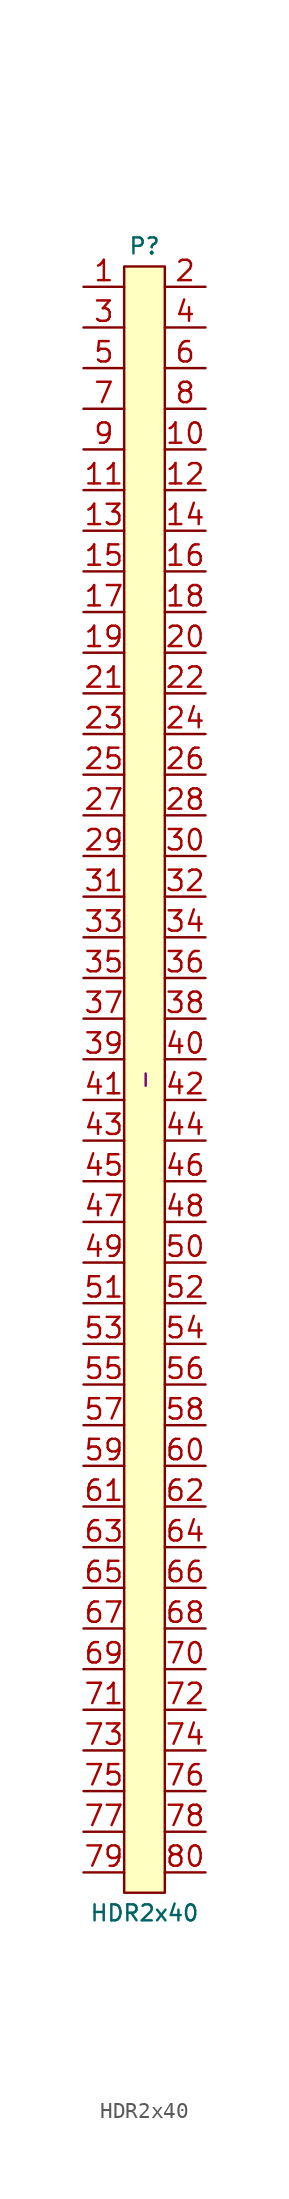
<source format=kicad_sym>
(kicad_symbol_lib
  (version 20231120)
  (generator "kicad_symbol_editor")
  (generator_version "8.0")
  (symbol "HDR2x40"
    (property "Reference" "P"
      (at 0 52.07 0)
      (effects (font (size 1 1))))
    (property "Value" "HDR2x40"
      (at 0 -52.07 0)
      (effects (font (size 1 1))))
    (property "MPN" "-"
      (at 0 0 90)
      (effects (font (size 1 1))))
    (symbol "HDR2x40_1_1"
      (rectangle (start -1.27 50.8) (end 1.27 -50.8) (stroke (width 0) (type default)) (fill (type background)))
      (pin passive line (at -3.81 49.53 0) (length 2.54) (name "~" (effects (font (size 1.27 1.27)))) (number "1" (effects (font (size 1.27 1.27)))))
      (pin passive line (at 3.81 39.37 180) (length 2.54) (name "~" (effects (font (size 1.27 1.27)))) (number "10" (effects (font (size 1.27 1.27)))))
      (pin passive line (at -3.81 36.83 0) (length 2.54) (name "~" (effects (font (size 1.27 1.27)))) (number "11" (effects (font (size 1.27 1.27)))))
      (pin passive line (at 3.81 36.83 180) (length 2.54) (name "~" (effects (font (size 1.27 1.27)))) (number "12" (effects (font (size 1.27 1.27)))))
      (pin passive line (at -3.81 34.29 0) (length 2.54) (name "~" (effects (font (size 1.27 1.27)))) (number "13" (effects (font (size 1.27 1.27)))))
      (pin passive line (at 3.81 34.29 180) (length 2.54) (name "~" (effects (font (size 1.27 1.27)))) (number "14" (effects (font (size 1.27 1.27)))))
      (pin passive line (at -3.81 31.75 0) (length 2.54) (name "~" (effects (font (size 1.27 1.27)))) (number "15" (effects (font (size 1.27 1.27)))))
      (pin passive line (at 3.81 31.75 180) (length 2.54) (name "~" (effects (font (size 1.27 1.27)))) (number "16" (effects (font (size 1.27 1.27)))))
      (pin passive line (at -3.81 29.21 0) (length 2.54) (name "~" (effects (font (size 1.27 1.27)))) (number "17" (effects (font (size 1.27 1.27)))))
      (pin passive line (at 3.81 29.21 180) (length 2.54) (name "~" (effects (font (size 1.27 1.27)))) (number "18" (effects (font (size 1.27 1.27)))))
      (pin passive line (at -3.81 26.67 0) (length 2.54) (name "~" (effects (font (size 1.27 1.27)))) (number "19" (effects (font (size 1.27 1.27)))))
      (pin passive line (at 3.81 49.53 180) (length 2.54) (name "~" (effects (font (size 1.27 1.27)))) (number "2" (effects (font (size 1.27 1.27)))))
      (pin passive line (at 3.81 26.67 180) (length 2.54) (name "~" (effects (font (size 1.27 1.27)))) (number "20" (effects (font (size 1.27 1.27)))))
      (pin passive line (at -3.81 24.13 0) (length 2.54) (name "~" (effects (font (size 1.27 1.27)))) (number "21" (effects (font (size 1.27 1.27)))))
      (pin passive line (at 3.81 24.13 180) (length 2.54) (name "~" (effects (font (size 1.27 1.27)))) (number "22" (effects (font (size 1.27 1.27)))))
      (pin passive line (at -3.81 21.59 0) (length 2.54) (name "~" (effects (font (size 1.27 1.27)))) (number "23" (effects (font (size 1.27 1.27)))))
      (pin passive line (at 3.81 21.59 180) (length 2.54) (name "~" (effects (font (size 1.27 1.27)))) (number "24" (effects (font (size 1.27 1.27)))))
      (pin passive line (at -3.81 19.05 0) (length 2.54) (name "~" (effects (font (size 1.27 1.27)))) (number "25" (effects (font (size 1.27 1.27)))))
      (pin passive line (at 3.81 19.05 180) (length 2.54) (name "~" (effects (font (size 1.27 1.27)))) (number "26" (effects (font (size 1.27 1.27)))))
      (pin passive line (at -3.81 16.51 0) (length 2.54) (name "~" (effects (font (size 1.27 1.27)))) (number "27" (effects (font (size 1.27 1.27)))))
      (pin passive line (at 3.81 16.51 180) (length 2.54) (name "~" (effects (font (size 1.27 1.27)))) (number "28" (effects (font (size 1.27 1.27)))))
      (pin passive line (at -3.81 13.97 0) (length 2.54) (name "~" (effects (font (size 1.27 1.27)))) (number "29" (effects (font (size 1.27 1.27)))))
      (pin passive line (at -3.81 46.99 0) (length 2.54) (name "~" (effects (font (size 1.27 1.27)))) (number "3" (effects (font (size 1.27 1.27)))))
      (pin passive line (at 3.81 13.97 180) (length 2.54) (name "~" (effects (font (size 1.27 1.27)))) (number "30" (effects (font (size 1.27 1.27)))))
      (pin passive line (at -3.81 11.43 0) (length 2.54) (name "~" (effects (font (size 1.27 1.27)))) (number "31" (effects (font (size 1.27 1.27)))))
      (pin passive line (at 3.81 11.43 180) (length 2.54) (name "~" (effects (font (size 1.27 1.27)))) (number "32" (effects (font (size 1.27 1.27)))))
      (pin passive line (at -3.81 8.89 0) (length 2.54) (name "~" (effects (font (size 1.27 1.27)))) (number "33" (effects (font (size 1.27 1.27)))))
      (pin passive line (at 3.81 8.89 180) (length 2.54) (name "~" (effects (font (size 1.27 1.27)))) (number "34" (effects (font (size 1.27 1.27)))))
      (pin passive line (at -3.81 6.35 0) (length 2.54) (name "~" (effects (font (size 1.27 1.27)))) (number "35" (effects (font (size 1.27 1.27)))))
      (pin passive line (at 3.81 6.35 180) (length 2.54) (name "~" (effects (font (size 1.27 1.27)))) (number "36" (effects (font (size 1.27 1.27)))))
      (pin passive line (at -3.81 3.81 0) (length 2.54) (name "~" (effects (font (size 1.27 1.27)))) (number "37" (effects (font (size 1.27 1.27)))))
      (pin passive line (at 3.81 3.81 180) (length 2.54) (name "~" (effects (font (size 1.27 1.27)))) (number "38" (effects (font (size 1.27 1.27)))))
      (pin passive line (at -3.81 1.27 0) (length 2.54) (name "~" (effects (font (size 1.27 1.27)))) (number "39" (effects (font (size 1.27 1.27)))))
      (pin passive line (at 3.81 46.99 180) (length 2.54) (name "~" (effects (font (size 1.27 1.27)))) (number "4" (effects (font (size 1.27 1.27)))))
      (pin passive line (at 3.81 1.27 180) (length 2.54) (name "~" (effects (font (size 1.27 1.27)))) (number "40" (effects (font (size 1.27 1.27)))))
      (pin passive line (at -3.81 -1.27 0) (length 2.54) (name "~" (effects (font (size 1.27 1.27)))) (number "41" (effects (font (size 1.27 1.27)))))
      (pin passive line (at 3.81 -1.27 180) (length 2.54) (name "~" (effects (font (size 1.27 1.27)))) (number "42" (effects (font (size 1.27 1.27)))))
      (pin passive line (at -3.81 -3.81 0) (length 2.54) (name "~" (effects (font (size 1.27 1.27)))) (number "43" (effects (font (size 1.27 1.27)))))
      (pin passive line (at 3.81 -3.81 180) (length 2.54) (name "~" (effects (font (size 1.27 1.27)))) (number "44" (effects (font (size 1.27 1.27)))))
      (pin passive line (at -3.81 -6.35 0) (length 2.54) (name "~" (effects (font (size 1.27 1.27)))) (number "45" (effects (font (size 1.27 1.27)))))
      (pin passive line (at 3.81 -6.35 180) (length 2.54) (name "~" (effects (font (size 1.27 1.27)))) (number "46" (effects (font (size 1.27 1.27)))))
      (pin passive line (at -3.81 -8.89 0) (length 2.54) (name "~" (effects (font (size 1.27 1.27)))) (number "47" (effects (font (size 1.27 1.27)))))
      (pin passive line (at 3.81 -8.89 180) (length 2.54) (name "~" (effects (font (size 1.27 1.27)))) (number "48" (effects (font (size 1.27 1.27)))))
      (pin passive line (at -3.81 -11.43 0) (length 2.54) (name "~" (effects (font (size 1.27 1.27)))) (number "49" (effects (font (size 1.27 1.27)))))
      (pin passive line (at -3.81 44.45 0) (length 2.54) (name "~" (effects (font (size 1.27 1.27)))) (number "5" (effects (font (size 1.27 1.27)))))
      (pin passive line (at 3.81 -11.43 180) (length 2.54) (name "~" (effects (font (size 1.27 1.27)))) (number "50" (effects (font (size 1.27 1.27)))))
      (pin passive line (at -3.81 -13.97 0) (length 2.54) (name "~" (effects (font (size 1.27 1.27)))) (number "51" (effects (font (size 1.27 1.27)))))
      (pin passive line (at 3.81 -13.97 180) (length 2.54) (name "~" (effects (font (size 1.27 1.27)))) (number "52" (effects (font (size 1.27 1.27)))))
      (pin passive line (at -3.81 -16.51 0) (length 2.54) (name "~" (effects (font (size 1.27 1.27)))) (number "53" (effects (font (size 1.27 1.27)))))
      (pin passive line (at 3.81 -16.51 180) (length 2.54) (name "~" (effects (font (size 1.27 1.27)))) (number "54" (effects (font (size 1.27 1.27)))))
      (pin passive line (at -3.81 -19.05 0) (length 2.54) (name "~" (effects (font (size 1.27 1.27)))) (number "55" (effects (font (size 1.27 1.27)))))
      (pin passive line (at 3.81 -19.05 180) (length 2.54) (name "~" (effects (font (size 1.27 1.27)))) (number "56" (effects (font (size 1.27 1.27)))))
      (pin passive line (at -3.81 -21.59 0) (length 2.54) (name "~" (effects (font (size 1.27 1.27)))) (number "57" (effects (font (size 1.27 1.27)))))
      (pin passive line (at 3.81 -21.59 180) (length 2.54) (name "~" (effects (font (size 1.27 1.27)))) (number "58" (effects (font (size 1.27 1.27)))))
      (pin passive line (at -3.81 -24.13 0) (length 2.54) (name "~" (effects (font (size 1.27 1.27)))) (number "59" (effects (font (size 1.27 1.27)))))
      (pin passive line (at 3.81 44.45 180) (length 2.54) (name "~" (effects (font (size 1.27 1.27)))) (number "6" (effects (font (size 1.27 1.27)))))
      (pin passive line (at 3.81 -24.13 180) (length 2.54) (name "~" (effects (font (size 1.27 1.27)))) (number "60" (effects (font (size 1.27 1.27)))))
      (pin passive line (at -3.81 -26.67 0) (length 2.54) (name "~" (effects (font (size 1.27 1.27)))) (number "61" (effects (font (size 1.27 1.27)))))
      (pin passive line (at 3.81 -26.67 180) (length 2.54) (name "~" (effects (font (size 1.27 1.27)))) (number "62" (effects (font (size 1.27 1.27)))))
      (pin passive line (at -3.81 -29.21 0) (length 2.54) (name "~" (effects (font (size 1.27 1.27)))) (number "63" (effects (font (size 1.27 1.27)))))
      (pin passive line (at 3.81 -29.21 180) (length 2.54) (name "~" (effects (font (size 1.27 1.27)))) (number "64" (effects (font (size 1.27 1.27)))))
      (pin passive line (at -3.81 -31.75 0) (length 2.54) (name "~" (effects (font (size 1.27 1.27)))) (number "65" (effects (font (size 1.27 1.27)))))
      (pin passive line (at 3.81 -31.75 180) (length 2.54) (name "~" (effects (font (size 1.27 1.27)))) (number "66" (effects (font (size 1.27 1.27)))))
      (pin passive line (at -3.81 -34.29 0) (length 2.54) (name "~" (effects (font (size 1.27 1.27)))) (number "67" (effects (font (size 1.27 1.27)))))
      (pin passive line (at 3.81 -34.29 180) (length 2.54) (name "~" (effects (font (size 1.27 1.27)))) (number "68" (effects (font (size 1.27 1.27)))))
      (pin passive line (at -3.81 -36.83 0) (length 2.54) (name "~" (effects (font (size 1.27 1.27)))) (number "69" (effects (font (size 1.27 1.27)))))
      (pin passive line (at -3.81 41.91 0) (length 2.54) (name "~" (effects (font (size 1.27 1.27)))) (number "7" (effects (font (size 1.27 1.27)))))
      (pin passive line (at 3.81 -36.83 180) (length 2.54) (name "~" (effects (font (size 1.27 1.27)))) (number "70" (effects (font (size 1.27 1.27)))))
      (pin passive line (at -3.81 -39.37 0) (length 2.54) (name "~" (effects (font (size 1.27 1.27)))) (number "71" (effects (font (size 1.27 1.27)))))
      (pin passive line (at 3.81 -39.37 180) (length 2.54) (name "~" (effects (font (size 1.27 1.27)))) (number "72" (effects (font (size 1.27 1.27)))))
      (pin passive line (at -3.81 -41.91 0) (length 2.54) (name "~" (effects (font (size 1.27 1.27)))) (number "73" (effects (font (size 1.27 1.27)))))
      (pin passive line (at 3.81 -41.91 180) (length 2.54) (name "~" (effects (font (size 1.27 1.27)))) (number "74" (effects (font (size 1.27 1.27)))))
      (pin passive line (at -3.81 -44.45 0) (length 2.54) (name "~" (effects (font (size 1.27 1.27)))) (number "75" (effects (font (size 1.27 1.27)))))
      (pin passive line (at 3.81 -44.45 180) (length 2.54) (name "~" (effects (font (size 1.27 1.27)))) (number "76" (effects (font (size 1.27 1.27)))))
      (pin passive line (at -3.81 -46.99 0) (length 2.54) (name "~" (effects (font (size 1.27 1.27)))) (number "77" (effects (font (size 1.27 1.27)))))
      (pin passive line (at 3.81 -46.99 180) (length 2.54) (name "~" (effects (font (size 1.27 1.27)))) (number "78" (effects (font (size 1.27 1.27)))))
      (pin passive line (at -3.81 -49.53 0) (length 2.54) (name "~" (effects (font (size 1.27 1.27)))) (number "79" (effects (font (size 1.27 1.27)))))
      (pin passive line (at 3.81 41.91 180) (length 2.54) (name "~" (effects (font (size 1.27 1.27)))) (number "8" (effects (font (size 1.27 1.27)))))
      (pin passive line (at 3.81 -49.53 180) (length 2.54) (name "~" (effects (font (size 1.27 1.27)))) (number "80" (effects (font (size 1.27 1.27)))))
      (pin passive line (at -3.81 39.37 0) (length 2.54) (name "~" (effects (font (size 1.27 1.27)))) (number "9" (effects (font (size 1.27 1.27))))))))
</source>
